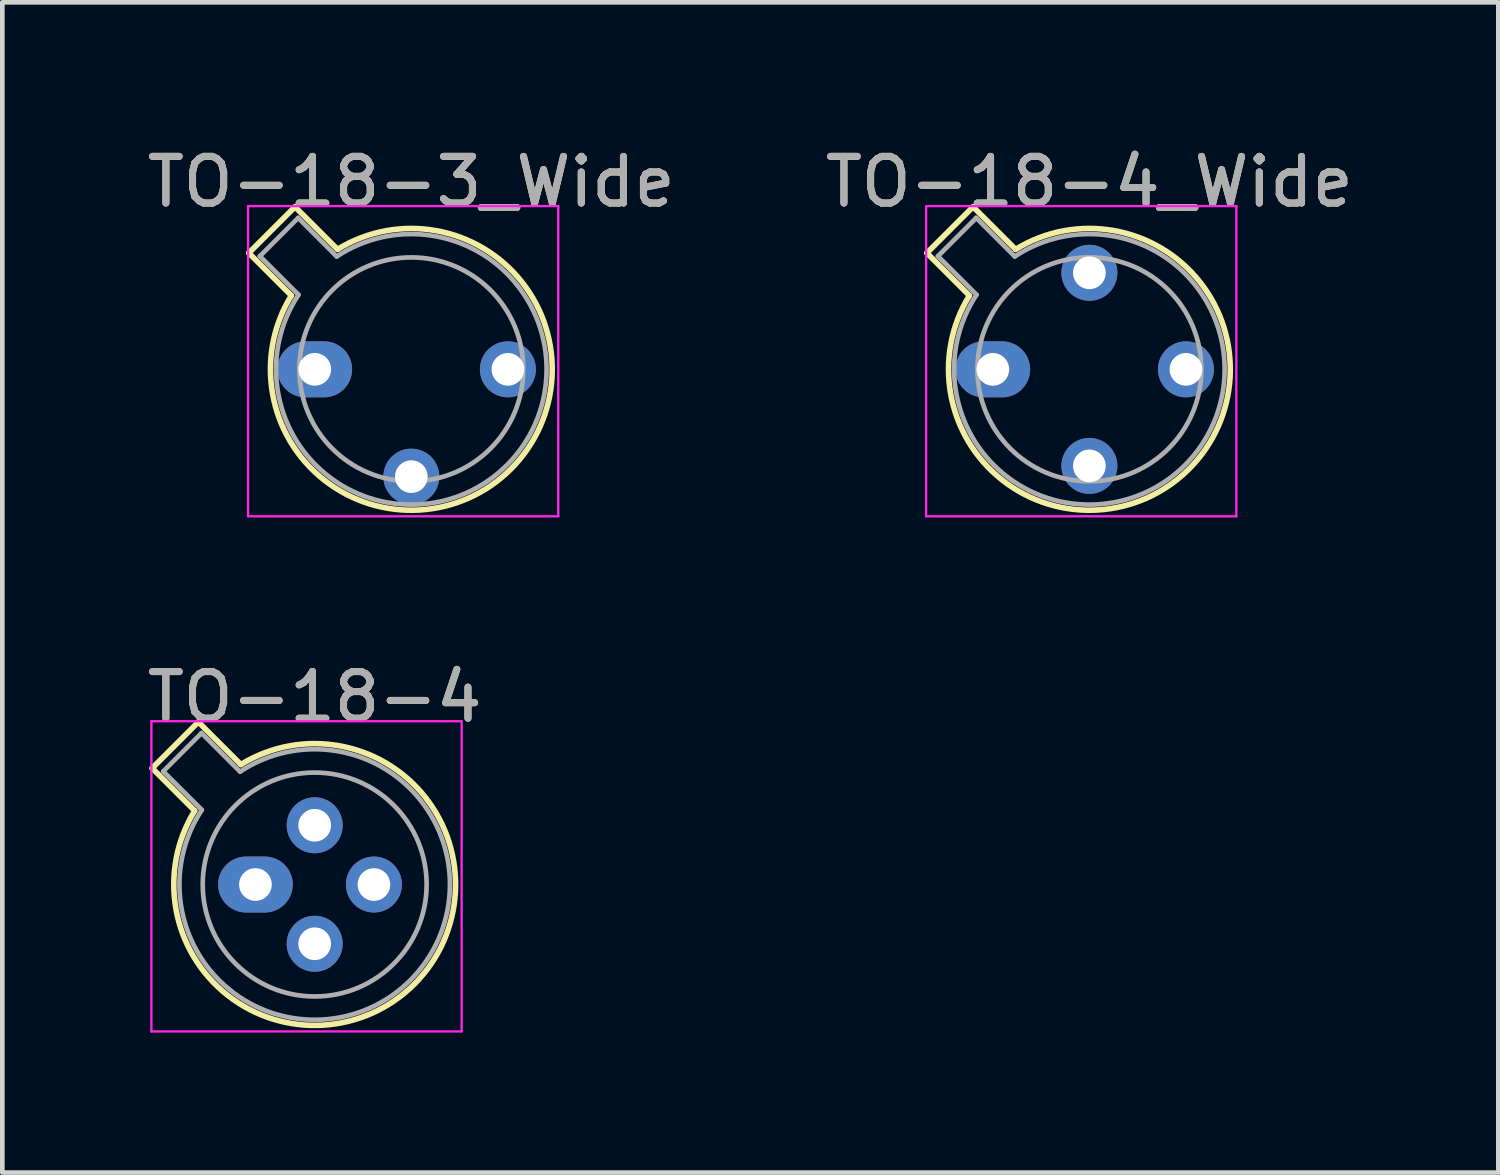
<source format=kicad_pcb>
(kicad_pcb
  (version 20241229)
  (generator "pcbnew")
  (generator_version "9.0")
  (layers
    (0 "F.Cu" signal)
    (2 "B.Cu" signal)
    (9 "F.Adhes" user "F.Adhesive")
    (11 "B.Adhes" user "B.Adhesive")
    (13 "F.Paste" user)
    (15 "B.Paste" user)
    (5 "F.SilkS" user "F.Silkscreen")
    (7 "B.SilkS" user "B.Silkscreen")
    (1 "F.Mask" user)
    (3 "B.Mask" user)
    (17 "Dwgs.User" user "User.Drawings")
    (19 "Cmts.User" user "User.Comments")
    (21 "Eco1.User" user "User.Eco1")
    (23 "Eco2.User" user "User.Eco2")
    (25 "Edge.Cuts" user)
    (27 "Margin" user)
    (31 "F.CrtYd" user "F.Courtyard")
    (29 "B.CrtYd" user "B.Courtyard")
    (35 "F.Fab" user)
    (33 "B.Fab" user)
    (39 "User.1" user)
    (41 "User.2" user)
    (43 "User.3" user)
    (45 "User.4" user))
  (footprint "TO-18-4_Wide"
    (layer "F.Cu")
    (at 18.234 4.868)
    (property "Reference" "TO-18-4_Wide" (at 2.07 -4.02 0) (layer "F.SilkS") (effects (font (size 1 1) (thickness 0.15))))
    (attr through_hole)
    (fp_line (start -1.414 -2.494) (end -0.502 -1.582) (stroke (width 0.12) (type solid)) (layer "F.SilkS"))
    (fp_line (start -0.424 -3.484) (end -1.414 -2.494) (stroke (width 0.12) (type solid)) (layer "F.SilkS"))
    (fp_line (start 0.488 -2.572) (end -0.424 -3.484) (stroke (width 0.12) (type solid)) (layer "F.SilkS"))
    (fp_arc (start 0.487669 -2.572281) (mid 4.205374 2.135551) (end -0.50215 -1.582544) (stroke (width 0.12) (type solid)) (layer "F.SilkS"))
    (fp_line (start -1.43 -3.5) (end -1.43 3.15) (stroke (width 0.05) (type solid)) (layer "F.CrtYd"))
    (fp_line (start -1.43 3.15) (end 5.22 3.15) (stroke (width 0.05) (type solid)) (layer "F.CrtYd"))
    (fp_line (start 5.22 -3.5) (end -1.43 -3.5) (stroke (width 0.05) (type solid)) (layer "F.CrtYd"))
    (fp_line (start 5.22 3.15) (end 5.22 -3.5) (stroke (width 0.05) (type solid)) (layer "F.CrtYd"))
    (fp_line (start -1.177 -2.426) (end -0.349 -1.599) (stroke (width 0.1) (type solid)) (layer "F.Fab"))
    (fp_line (start -0.356 -3.247) (end -1.177 -2.426) (stroke (width 0.1) (type solid)) (layer "F.Fab"))
    (fp_line (start 0.471 -2.419) (end -0.356 -3.247) (stroke (width 0.1) (type solid)) (layer "F.Fab"))
    (fp_arc (start 0.470943 -2.419301) (mid 4.121076 2.050143) (end -0.350029 -1.597956) (stroke (width 0.1) (type solid)) (layer "F.Fab"))
    (fp_circle (center 2.07 0) (end 4.47 0) (stroke (width 0.1) (type solid)) (fill no) (layer "F.Fab"))
    (fp_text user "${REFERENCE}" (at 2.07 -4.02 0) (layer "F.Fab") (effects (font (size 1 1) (thickness 0.15))))
    (pad "1" thru_hole oval (at 0 0) (size 1.6 1.2) (drill 0.7) (layers "*.Cu" "*.Mask"))
    (pad "2" thru_hole oval (at 2.07 2.07) (size 1.2 1.2) (drill 0.7) (layers "*.Cu" "*.Mask"))
    (pad "3" thru_hole oval (at 4.14 0) (size 1.2 1.2) (drill 0.7) (layers "*.Cu" "*.Mask"))
    (pad "4" thru_hole oval (at 2.07 -2.07) (size 1.2 1.2) (drill 0.7) (layers "*.Cu" "*.Mask")))
  (footprint "TO-18-4"
    (layer "F.Cu")
    (at 2.426 15.912)
    (property "Reference" "TO-18-4" (at 1.27 -4.02 0) (layer "F.SilkS") (effects (font (size 1 1) (thickness 0.15))))
    (attr through_hole)
    (fp_line (start -2.214 -2.494) (end -1.302 -1.582) (stroke (width 0.12) (type solid)) (layer "F.SilkS"))
    (fp_line (start -1.224 -3.484) (end -2.214 -2.494) (stroke (width 0.12) (type solid)) (layer "F.SilkS"))
    (fp_line (start -0.312 -2.572) (end -1.224 -3.484) (stroke (width 0.12) (type solid)) (layer "F.SilkS"))
    (fp_arc (start -0.312331 -2.572281) (mid 3.405374 2.135551) (end -1.30215 -1.582544) (stroke (width 0.12) (type solid)) (layer "F.SilkS"))
    (fp_line (start -2.23 -3.5) (end -2.23 3.15) (stroke (width 0.05) (type solid)) (layer "F.CrtYd"))
    (fp_line (start -2.23 3.15) (end 4.42 3.15) (stroke (width 0.05) (type solid)) (layer "F.CrtYd"))
    (fp_line (start 4.42 -3.5) (end -2.23 -3.5) (stroke (width 0.05) (type solid)) (layer "F.CrtYd"))
    (fp_line (start 4.42 3.15) (end 4.42 -3.5) (stroke (width 0.05) (type solid)) (layer "F.CrtYd"))
    (fp_line (start -1.977 -2.426) (end -1.149 -1.599) (stroke (width 0.1) (type solid)) (layer "F.Fab"))
    (fp_line (start -1.156 -3.247) (end -1.977 -2.426) (stroke (width 0.1) (type solid)) (layer "F.Fab"))
    (fp_line (start -0.329 -2.419) (end -1.156 -3.247) (stroke (width 0.1) (type solid)) (layer "F.Fab"))
    (fp_arc (start -0.329057 -2.419301) (mid 3.321076 2.050143) (end -1.150029 -1.597956) (stroke (width 0.1) (type solid)) (layer "F.Fab"))
    (fp_circle (center 1.27 0) (end 3.67 0) (stroke (width 0.1) (type solid)) (fill no) (layer "F.Fab"))
    (fp_text user "${REFERENCE}" (at 1.27 -4.02 0) (layer "F.Fab") (effects (font (size 1 1) (thickness 0.15))))
    (pad "1" thru_hole oval (at 0 0) (size 1.6 1.2) (drill 0.7) (layers "*.Cu" "*.Mask"))
    (pad "2" thru_hole oval (at 1.27 1.27) (size 1.2 1.2) (drill 0.7) (layers "*.Cu" "*.Mask"))
    (pad "3" thru_hole oval (at 2.54 0) (size 1.2 1.2) (drill 0.7) (layers "*.Cu" "*.Mask"))
    (pad "4" thru_hole oval (at 1.27 -1.27) (size 1.2 1.2) (drill 0.7) (layers "*.Cu" "*.Mask")))
  (footprint "TO-18-3_Wide"
    (layer "F.Cu")
    (at 3.698 4.868)
    (property "Reference" "TO-18-3_Wide" (at 2.07 -4.02 0) (layer "F.SilkS") (effects (font (size 1 1) (thickness 0.15))))
    (attr through_hole)
    (fp_line (start -1.414 -2.494) (end -0.502 -1.582) (stroke (width 0.12) (type solid)) (layer "F.SilkS"))
    (fp_line (start -0.424 -3.484) (end -1.414 -2.494) (stroke (width 0.12) (type solid)) (layer "F.SilkS"))
    (fp_line (start 0.488 -2.572) (end -0.424 -3.484) (stroke (width 0.12) (type solid)) (layer "F.SilkS"))
    (fp_arc (start 0.487669 -2.572281) (mid 4.205374 2.135551) (end -0.50215 -1.582544) (stroke (width 0.12) (type solid)) (layer "F.SilkS"))
    (fp_line (start -1.43 -3.5) (end -1.43 3.15) (stroke (width 0.05) (type solid)) (layer "F.CrtYd"))
    (fp_line (start -1.43 3.15) (end 5.22 3.15) (stroke (width 0.05) (type solid)) (layer "F.CrtYd"))
    (fp_line (start 5.22 -3.5) (end -1.43 -3.5) (stroke (width 0.05) (type solid)) (layer "F.CrtYd"))
    (fp_line (start 5.22 3.15) (end 5.22 -3.5) (stroke (width 0.05) (type solid)) (layer "F.CrtYd"))
    (fp_line (start -1.177 -2.426) (end -0.349 -1.599) (stroke (width 0.1) (type solid)) (layer "F.Fab"))
    (fp_line (start -0.356 -3.247) (end -1.177 -2.426) (stroke (width 0.1) (type solid)) (layer "F.Fab"))
    (fp_line (start 0.471 -2.419) (end -0.356 -3.247) (stroke (width 0.1) (type solid)) (layer "F.Fab"))
    (fp_arc (start 0.470943 -2.419301) (mid 4.121076 2.050143) (end -0.350029 -1.597956) (stroke (width 0.1) (type solid)) (layer "F.Fab"))
    (fp_circle (center 2.07 0) (end 4.47 0) (stroke (width 0.1) (type solid)) (fill no) (layer "F.Fab"))
    (fp_text user "${REFERENCE}" (at 2.07 -4.02 0) (layer "F.Fab") (effects (font (size 1 1) (thickness 0.15))))
    (pad "1" thru_hole oval (at 0 0) (size 1.6 1.2) (drill 0.7) (layers "*.Cu" "*.Mask"))
    (pad "2" thru_hole oval (at 2.07 2.3) (size 1.2 1.2) (drill 0.7) (layers "*.Cu" "*.Mask"))
    (pad "3" thru_hole oval (at 4.14 0) (size 1.2 1.2) (drill 0.7) (layers "*.Cu" "*.Mask")))
  (gr_rect
    (start -3 -3)
    (end 29.071 22.087)
    (stroke (width 0.1) (type default))
    (fill no)
    (layer "Edge.Cuts")))
</source>
